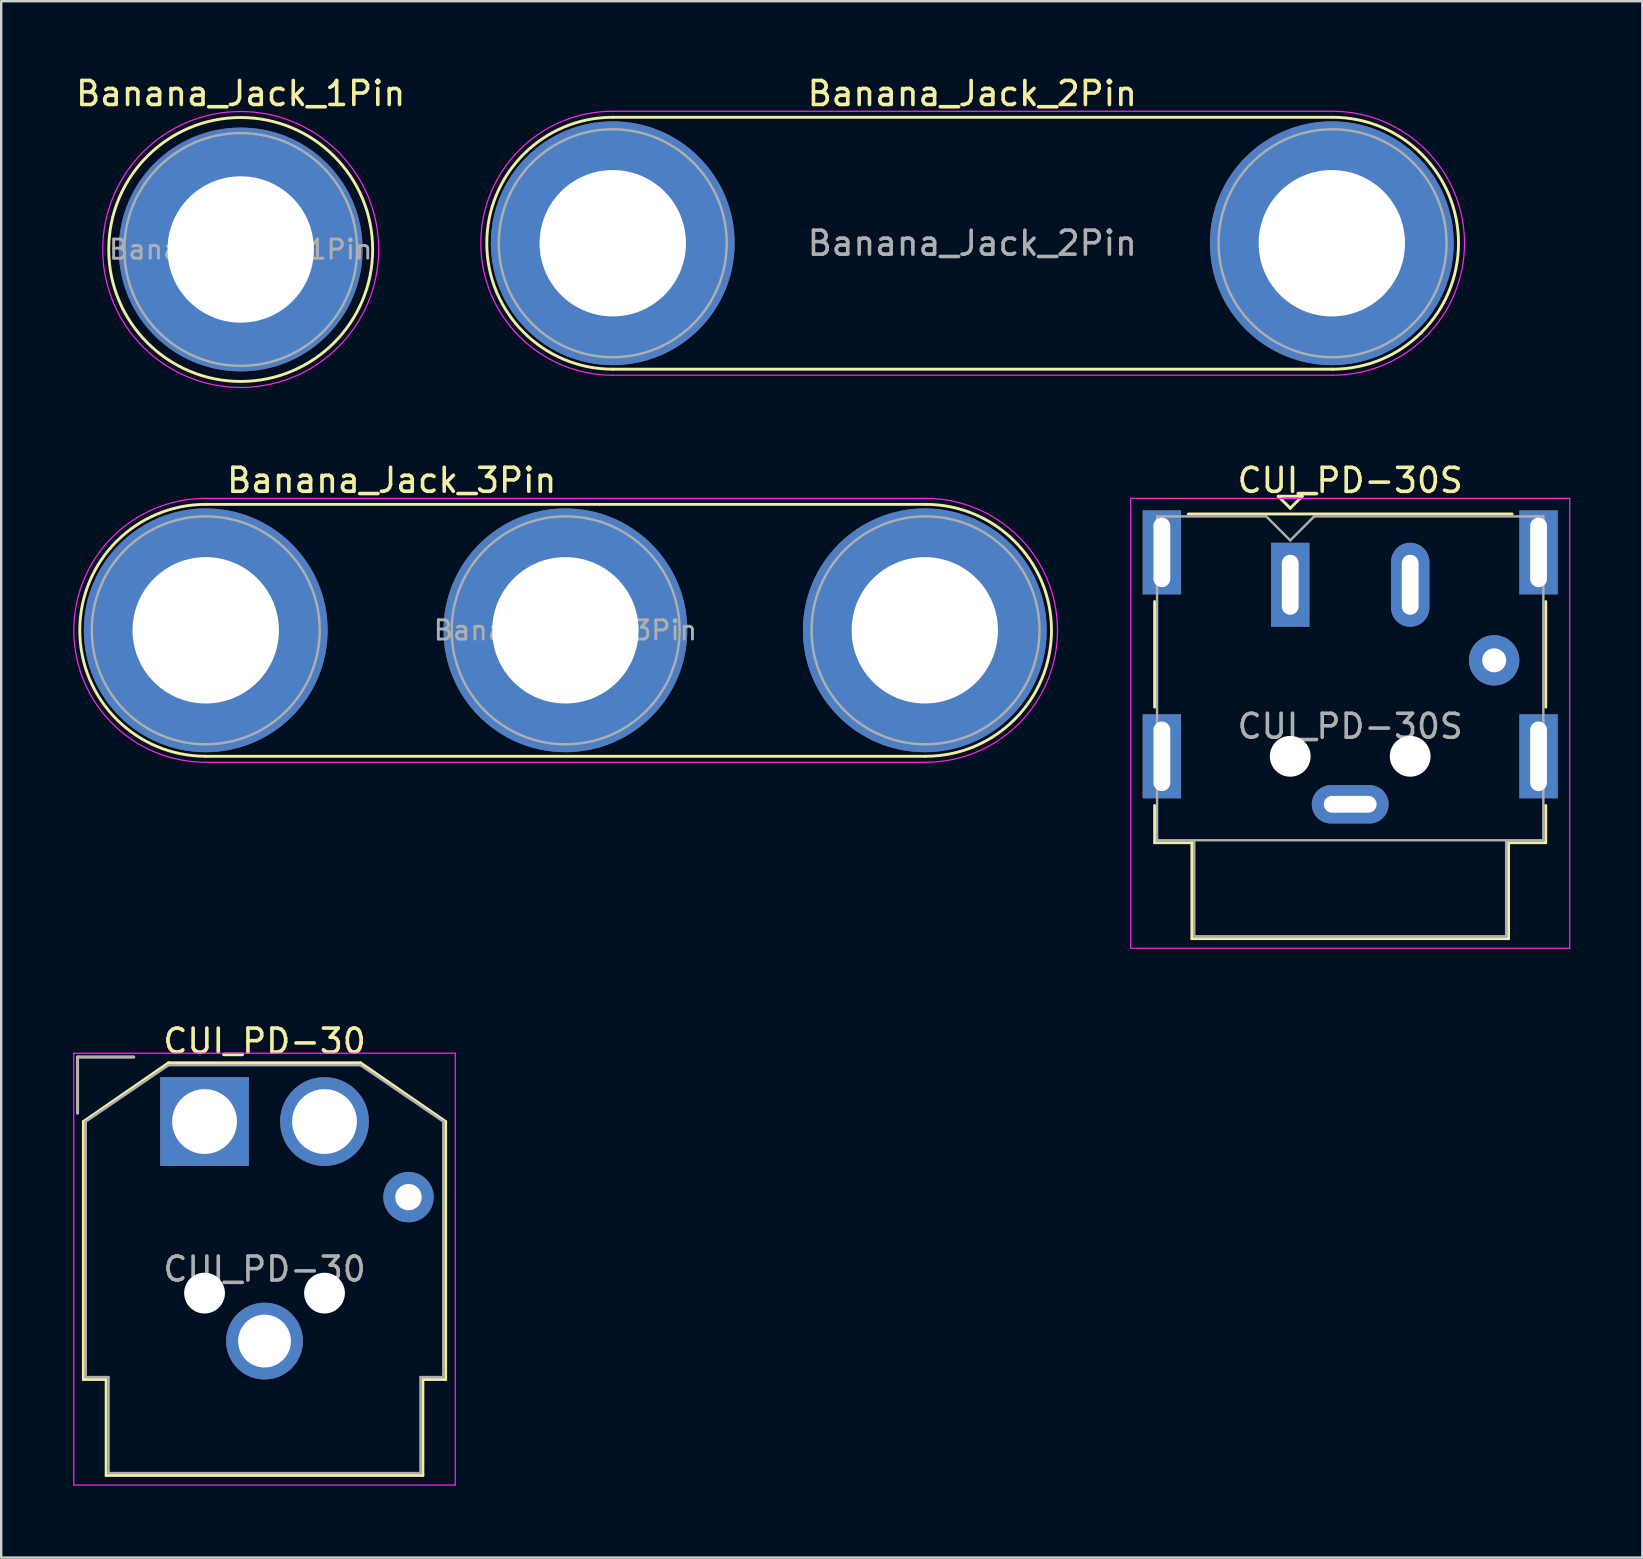
<source format=kicad_pcb>
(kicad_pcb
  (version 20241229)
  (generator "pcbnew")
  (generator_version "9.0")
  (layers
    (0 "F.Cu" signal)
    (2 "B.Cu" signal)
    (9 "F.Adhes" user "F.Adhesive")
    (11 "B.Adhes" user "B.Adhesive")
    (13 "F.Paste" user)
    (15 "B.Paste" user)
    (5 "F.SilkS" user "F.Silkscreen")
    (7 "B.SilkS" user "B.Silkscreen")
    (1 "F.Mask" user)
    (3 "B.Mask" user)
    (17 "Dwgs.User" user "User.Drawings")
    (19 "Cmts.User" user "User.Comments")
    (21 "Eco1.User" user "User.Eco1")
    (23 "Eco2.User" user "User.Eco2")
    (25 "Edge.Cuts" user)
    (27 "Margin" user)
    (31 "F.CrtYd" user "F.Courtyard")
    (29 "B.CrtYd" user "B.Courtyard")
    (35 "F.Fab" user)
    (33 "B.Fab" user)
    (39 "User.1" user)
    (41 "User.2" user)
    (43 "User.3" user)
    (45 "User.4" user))
  (footprint "Banana_Jack_2Pin"
    (layer "F.Cu")
    (at 22.489 7.088)
    (property "Reference" "Banana_Jack_2Pin" (at 14.985 -6.24 0) (layer "F.SilkS") (effects (font (size 1 1) (thickness 0.15))))
    (attr through_hole)
    (fp_line (start 0 5.25) (end 30 5.25) (stroke (width 0.12) (type solid)) (layer "F.SilkS"))
    (fp_line (start 30 -5.25) (end 0 -5.25) (stroke (width 0.12) (type solid)) (layer "F.SilkS"))
    (fp_arc (start 0 5.25) (mid -5.25 0) (end 0 -5.25) (stroke (width 0.12) (type solid)) (layer "F.SilkS"))
    (fp_arc (start 30 -5.25) (mid 35.25 0) (end 30 5.25) (stroke (width 0.12) (type solid)) (layer "F.SilkS"))
    (fp_line (start 0 5.5) (end 30 5.5) (stroke (width 0.05) (type solid)) (layer "F.CrtYd"))
    (fp_line (start 30 -5.5) (end 0 -5.5) (stroke (width 0.05) (type solid)) (layer "F.CrtYd"))
    (fp_arc (start 0 5.5) (mid -5.5 0) (end 0 -5.5) (stroke (width 0.05) (type solid)) (layer "F.CrtYd"))
    (fp_arc (start 30 -5.5) (mid 35.5 0) (end 30 5.5) (stroke (width 0.05) (type solid)) (layer "F.CrtYd"))
    (fp_circle (center 0 0) (end 2 0) (stroke (width 0.1) (type solid)) (fill no) (layer "F.Fab"))
    (fp_circle (center 0 0) (end 4.75 0) (stroke (width 0.1) (type solid)) (fill no) (layer "F.Fab"))
    (fp_circle (center 30 0) (end 32 0) (stroke (width 0.1) (type solid)) (fill no) (layer "F.Fab"))
    (fp_circle (center 30 0) (end 34.75 0) (stroke (width 0.1) (type solid)) (fill no) (layer "F.Fab"))
    (fp_text user "${REFERENCE}" (at 14.985 0 0) (layer "F.Fab") (effects (font (size 1 1) (thickness 0.15))))
    (pad "1" thru_hole circle (at 0 0) (size 10.16 10.16) (drill 6.1) (layers "*.Cu" "*.Mask"))
    (pad "2" thru_hole circle (at 29.97 0) (size 10.16 10.16) (drill 6.1) (layers "*.Cu" "*.Mask")))
  (footprint "Banana_Jack_1Pin"
    (layer "F.Cu")
    (at 6.982 7.348)
    (property "Reference" "Banana_Jack_1Pin" (at 0 -6.5 0) (layer "F.SilkS") (effects (font (size 1 1) (thickness 0.15))))
    (attr through_hole)
    (fp_circle (center 0 0) (end 5.5 0) (stroke (width 0.12) (type solid)) (fill no) (layer "F.SilkS"))
    (fp_circle (center 0 0) (end 5.75 0) (stroke (width 0.05) (type solid)) (fill no) (layer "F.CrtYd"))
    (fp_circle (center 0 0) (end 2 0) (stroke (width 0.1) (type solid)) (fill no) (layer "F.Fab"))
    (fp_circle (center 0 0) (end 4.85 0.05) (stroke (width 0.1) (type solid)) (fill no) (layer "F.Fab"))
    (fp_text user "${REFERENCE}" (at 0 0 0) (layer "F.Fab") (effects (font (size 0.8 0.8) (thickness 0.12))))
    (pad "1" thru_hole circle (at 0 0) (size 10.16 10.16) (drill 6.1) (layers "*.Cu" "*.Mask")))
  (footprint "Banana_Jack_3Pin"
    (layer "F.Cu")
    (at 5.525 23.221)
    (property "Reference" "Banana_Jack_3Pin" (at 7.75 -6.25 0) (layer "F.SilkS") (effects (font (size 1 1) (thickness 0.15))))
    (attr through_hole)
    (fp_line (start 0 5.25) (end 30 5.25) (stroke (width 0.12) (type solid)) (layer "F.SilkS"))
    (fp_line (start 30 -5.25) (end 0 -5.25) (stroke (width 0.12) (type solid)) (layer "F.SilkS"))
    (fp_arc (start 0 5.25) (mid -5.25 0) (end 0 -5.25) (stroke (width 0.12) (type solid)) (layer "F.SilkS"))
    (fp_arc (start 30 -5.25) (mid 35.25 0) (end 30 5.25) (stroke (width 0.12) (type solid)) (layer "F.SilkS"))
    (fp_line (start 0 -5.5) (end 30 -5.5) (stroke (width 0.05) (type solid)) (layer "F.CrtYd"))
    (fp_line (start 30 5.5) (end 0 5.5) (stroke (width 0.05) (type solid)) (layer "F.CrtYd"))
    (fp_arc (start 0 5.5) (mid -5.5 0) (end 0 -5.5) (stroke (width 0.05) (type solid)) (layer "F.CrtYd"))
    (fp_arc (start 30 -5.5) (mid 35.5 0) (end 30 5.5) (stroke (width 0.05) (type solid)) (layer "F.CrtYd"))
    (fp_circle (center 0 0) (end 2 0) (stroke (width 0.1) (type solid)) (fill no) (layer "F.Fab"))
    (fp_circle (center 0 0) (end 4.75 0) (stroke (width 0.1) (type solid)) (fill no) (layer "F.Fab"))
    (fp_circle (center 15 0) (end 17 0) (stroke (width 0.1) (type solid)) (fill no) (layer "F.Fab"))
    (fp_circle (center 15 0) (end 19.75 0) (stroke (width 0.1) (type solid)) (fill no) (layer "F.Fab"))
    (fp_circle (center 30 0) (end 30 -4.75) (stroke (width 0.1) (type solid)) (fill no) (layer "F.Fab"))
    (fp_circle (center 30 0) (end 30 -2) (stroke (width 0.1) (type solid)) (fill no) (layer "F.Fab"))
    (fp_text user "${REFERENCE}" (at 14.99 0 0) (layer "F.Fab") (effects (font (size 0.8 0.8) (thickness 0.12))))
    (pad "1" thru_hole circle (at 0 0) (size 10.16 10.16) (drill 6.1) (layers "*.Cu" "*.Mask"))
    (pad "2" thru_hole circle (at 14.99 0) (size 10.16 10.16) (drill 6.1) (layers "*.Cu" "*.Mask"))
    (pad "3" thru_hole circle (at 29.97 0) (size 10.16 10.16) (drill 6.1) (layers "*.Cu" "*.Mask")))
  (footprint "CUI_PD-30"
    (layer "F.Cu")
    (at 5.475 43.695)
    (property "Reference" "CUI_PD-30" (at 2.5 -3.35 0) (layer "F.SilkS") (effects (font (size 1 1) (thickness 0.15))))
    (attr through_hole)
    (fp_line (start -5.29 -2.69) (end -2.95 -2.69) (stroke (width 0.12) (type solid)) (layer "F.SilkS"))
    (fp_line (start -5.29 -0.35) (end -5.29 -2.69) (stroke (width 0.12) (type solid)) (layer "F.SilkS"))
    (fp_line (start -5.05 0) (end -1.5 -2.45) (stroke (width 0.12) (type solid)) (layer "F.SilkS"))
    (fp_line (start -5.05 10.75) (end -5.05 0) (stroke (width 0.12) (type solid)) (layer "F.SilkS"))
    (fp_line (start -4.1 10.75) (end -5.05 10.75) (stroke (width 0.12) (type solid)) (layer "F.SilkS"))
    (fp_line (start -4.1 14.75) (end -4.1 10.75) (stroke (width 0.12) (type solid)) (layer "F.SilkS"))
    (fp_line (start -1.5 -2.45) (end 6.5 -2.45) (stroke (width 0.12) (type solid)) (layer "F.SilkS"))
    (fp_line (start 6.5 -2.45) (end 10.05 0) (stroke (width 0.12) (type solid)) (layer "F.SilkS"))
    (fp_line (start 9.1 10.75) (end 9.1 14.75) (stroke (width 0.12) (type solid)) (layer "F.SilkS"))
    (fp_line (start 9.1 14.75) (end -4.1 14.75) (stroke (width 0.12) (type solid)) (layer "F.SilkS"))
    (fp_line (start 10.05 0) (end 10.05 10.75) (stroke (width 0.12) (type solid)) (layer "F.SilkS"))
    (fp_line (start 10.05 10.75) (end 9.1 10.75) (stroke (width 0.12) (type solid)) (layer "F.SilkS"))
    (fp_line (start -5.45 -2.85) (end 10.45 -2.85) (stroke (width 0.05) (type solid)) (layer "F.CrtYd"))
    (fp_line (start -5.45 15.15) (end -5.45 -2.85) (stroke (width 0.05) (type solid)) (layer "F.CrtYd"))
    (fp_line (start 10.45 -2.85) (end 10.45 15.15) (stroke (width 0.05) (type solid)) (layer "F.CrtYd"))
    (fp_line (start 10.45 15.15) (end -5.45 15.15) (stroke (width 0.05) (type solid)) (layer "F.CrtYd"))
    (fp_line (start -5.29 -2.69) (end -2.95 -2.69) (stroke (width 0.1) (type solid)) (layer "F.Fab"))
    (fp_line (start -5.29 -0.35) (end -5.29 -2.69) (stroke (width 0.1) (type solid)) (layer "F.Fab"))
    (fp_line (start -4.95 0) (end -1.5 -2.35) (stroke (width 0.1) (type solid)) (layer "F.Fab"))
    (fp_line (start -4.95 10.65) (end -4.95 0) (stroke (width 0.1) (type solid)) (layer "F.Fab"))
    (fp_line (start -4 10.65) (end -4.95 10.65) (stroke (width 0.1) (type solid)) (layer "F.Fab"))
    (fp_line (start -4 14.65) (end -4 10.65) (stroke (width 0.1) (type solid)) (layer "F.Fab"))
    (fp_line (start -1.5 -2.35) (end 6.5 -2.35) (stroke (width 0.1) (type solid)) (layer "F.Fab"))
    (fp_line (start 6.5 -2.35) (end 9.95 0) (stroke (width 0.1) (type solid)) (layer "F.Fab"))
    (fp_line (start 9 10.65) (end 9 14.65) (stroke (width 0.1) (type solid)) (layer "F.Fab"))
    (fp_line (start 9 14.65) (end -4 14.65) (stroke (width 0.1) (type solid)) (layer "F.Fab"))
    (fp_line (start 9.95 0) (end 9.95 10.65) (stroke (width 0.1) (type solid)) (layer "F.Fab"))
    (fp_line (start 9.95 10.65) (end 9 10.65) (stroke (width 0.1) (type solid)) (layer "F.Fab"))
    (fp_text user "${REFERENCE}" (at 2.5 6.15 0) (layer "F.Fab") (effects (font (size 1 1) (thickness 0.15))))
    (pad "" np_thru_hole circle (at 0 7.15 180) (size 1.7 1.7) (drill 1.7) (layers "*.Cu" "*.Mask"))
    (pad "" np_thru_hole circle (at 5 7.15 180) (size 1.7 1.7) (drill 1.7) (layers "*.Cu" "*.Mask"))
    (pad "1" thru_hole rect (at 0 0 180) (size 3.7 3.7) (drill 2.7) (layers "*.Cu" "*.Mask"))
    (pad "2" thru_hole circle (at 5 0 180) (size 3.7 3.7) (drill 2.7) (layers "*.Cu" "*.Mask"))
    (pad "3" thru_hole circle (at 8.5 3.15 180) (size 2.1 2.1) (drill 1.1) (layers "*.Cu" "*.Mask"))
    (pad "4" thru_hole circle (at 2.5 9.15 180) (size 3.2 3.2) (drill 2.2) (layers "*.Cu" "*.Mask")))
  (footprint "CUI_PD-30S"
    (layer "F.Cu")
    (at 50.725 21.322)
    (property "Reference" "CUI_PD-30S" (at 2.5 -4.35 0) (layer "F.SilkS") (effects (font (size 1 1) (thickness 0.15))))
    (attr through_hole)
    (fp_line (start -5.65 5.1) (end -5.65 0.7) (stroke (width 0.12) (type solid)) (layer "F.SilkS"))
    (fp_line (start -5.65 10.75) (end -5.65 9.2) (stroke (width 0.12) (type solid)) (layer "F.SilkS"))
    (fp_line (start -4.25 -2.95) (end 9.25 -2.95) (stroke (width 0.12) (type solid)) (layer "F.SilkS"))
    (fp_line (start -4.1 10.75) (end -5.65 10.75) (stroke (width 0.12) (type solid)) (layer "F.SilkS"))
    (fp_line (start -4.1 14.75) (end -4.1 10.75) (stroke (width 0.12) (type solid)) (layer "F.SilkS"))
    (fp_line (start -0.5 -3.69) (end 0.5 -3.69) (stroke (width 0.12) (type solid)) (layer "F.SilkS"))
    (fp_line (start 0 -3.19) (end -0.5 -3.69) (stroke (width 0.12) (type solid)) (layer "F.SilkS"))
    (fp_line (start 0.5 -3.69) (end 0 -3.19) (stroke (width 0.12) (type solid)) (layer "F.SilkS"))
    (fp_line (start 9.1 10.75) (end 9.1 14.75) (stroke (width 0.12) (type solid)) (layer "F.SilkS"))
    (fp_line (start 9.1 14.75) (end -4.1 14.75) (stroke (width 0.12) (type solid)) (layer "F.SilkS"))
    (fp_line (start 10.65 0.7) (end 10.65 5.1) (stroke (width 0.12) (type solid)) (layer "F.SilkS"))
    (fp_line (start 10.65 9.2) (end 10.65 10.75) (stroke (width 0.12) (type solid)) (layer "F.SilkS"))
    (fp_line (start 10.65 10.75) (end 9.1 10.75) (stroke (width 0.12) (type solid)) (layer "F.SilkS"))
    (fp_line (start -6.65 -3.6) (end 11.65 -3.6) (stroke (width 0.05) (type solid)) (layer "F.CrtYd"))
    (fp_line (start -6.65 15.15) (end -6.65 -3.6) (stroke (width 0.05) (type solid)) (layer "F.CrtYd"))
    (fp_line (start 11.65 -3.6) (end 11.65 15.15) (stroke (width 0.05) (type solid)) (layer "F.CrtYd"))
    (fp_line (start 11.65 15.15) (end -6.65 15.15) (stroke (width 0.05) (type solid)) (layer "F.CrtYd"))
    (fp_line (start -5.55 -2.85) (end -1 -2.85) (stroke (width 0.1) (type solid)) (layer "F.Fab"))
    (fp_line (start -5.55 10.65) (end -5.55 -2.85) (stroke (width 0.1) (type solid)) (layer "F.Fab"))
    (fp_line (start -4 10.65) (end -5.55 10.65) (stroke (width 0.1) (type solid)) (layer "F.Fab"))
    (fp_line (start -4 10.65) (end 9 10.65) (stroke (width 0.1) (type solid)) (layer "F.Fab"))
    (fp_line (start -4 14.65) (end -4 10.65) (stroke (width 0.1) (type solid)) (layer "F.Fab"))
    (fp_line (start -1 -2.85) (end 0 -1.85) (stroke (width 0.1) (type solid)) (layer "F.Fab"))
    (fp_line (start 0 -1.85) (end 1 -2.85) (stroke (width 0.1) (type solid)) (layer "F.Fab"))
    (fp_line (start 1 -2.85) (end 10.55 -2.85) (stroke (width 0.1) (type solid)) (layer "F.Fab"))
    (fp_line (start 9 10.65) (end 9 14.65) (stroke (width 0.1) (type solid)) (layer "F.Fab"))
    (fp_line (start 9 14.65) (end -4 14.65) (stroke (width 0.1) (type solid)) (layer "F.Fab"))
    (fp_line (start 10.55 -2.85) (end 10.55 10.65) (stroke (width 0.1) (type solid)) (layer "F.Fab"))
    (fp_line (start 10.55 10.65) (end 9 10.65) (stroke (width 0.1) (type solid)) (layer "F.Fab"))
    (fp_text user "${REFERENCE}" (at 2.5 5.9 0) (layer "F.Fab") (effects (font (size 1 1) (thickness 0.15))))
    (pad "" np_thru_hole circle (at 0 7.15) (size 1.7 1.7) (drill 1.7) (layers "*.Cu" "*.Mask"))
    (pad "" np_thru_hole circle (at 5 7.15) (size 1.7 1.7) (drill 1.7) (layers "*.Cu" "*.Mask"))
    (pad "1" thru_hole rect (at 0 0) (size 1.6 3.5) (drill oval 0.7 2.5) (layers "*.Cu" "*.Mask"))
    (pad "2" thru_hole oval (at 5 0) (size 1.6 3.5) (drill oval 0.7 2.5) (layers "*.Cu" "*.Mask"))
    (pad "3" thru_hole circle (at 8.5 3.15) (size 2.1 2.1) (drill 1) (layers "*.Cu" "*.Mask"))
    (pad "4" thru_hole oval (at 2.5 9.15) (size 3.2 1.6) (drill oval 2.2 0.7) (layers "*.Cu" "*.Mask"))
    (pad "SH" thru_hole rect (at -5.35 -1.35) (size 1.6 3.5) (drill oval 0.7 2.9) (layers "*.Cu" "*.Mask"))
    (pad "SH" thru_hole rect (at -5.35 7.15) (size 1.6 3.5) (drill oval 0.7 2.9) (layers "*.Cu" "*.Mask"))
    (pad "SH" thru_hole rect (at 10.35 -1.35) (size 1.6 3.5) (drill oval 0.7 2.9) (layers "*.Cu" "*.Mask"))
    (pad "SH" thru_hole rect (at 10.35 7.15) (size 1.6 3.5) (drill oval 0.7 2.9) (layers "*.Cu" "*.Mask")))
  (gr_rect
    (start -3 -3)
    (end 65.4 61.87)
    (stroke (width 0.1) (type default))
    (fill no)
    (layer "Edge.Cuts")))
</source>
